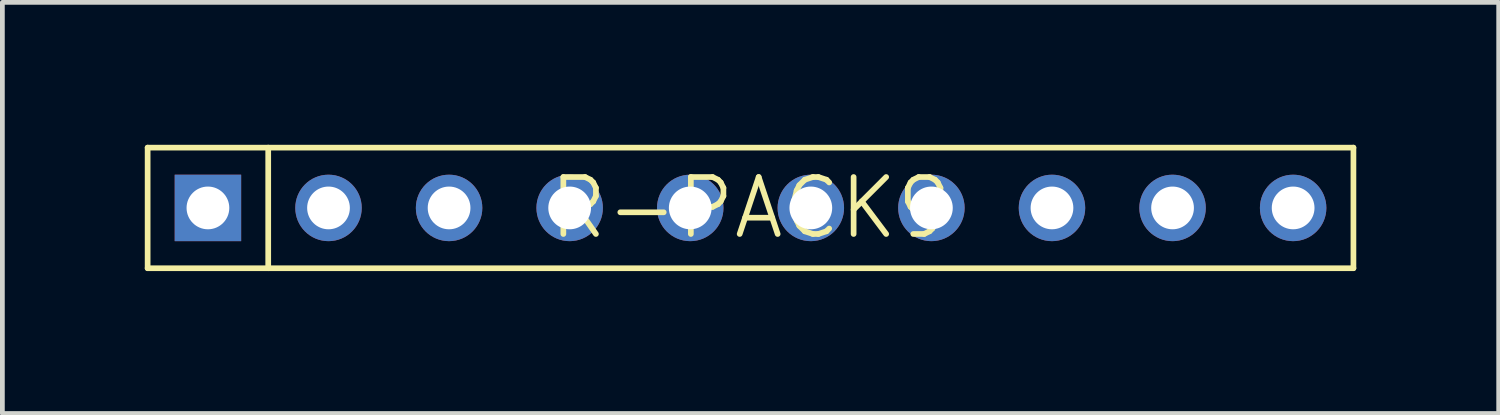
<source format=kicad_pcb>
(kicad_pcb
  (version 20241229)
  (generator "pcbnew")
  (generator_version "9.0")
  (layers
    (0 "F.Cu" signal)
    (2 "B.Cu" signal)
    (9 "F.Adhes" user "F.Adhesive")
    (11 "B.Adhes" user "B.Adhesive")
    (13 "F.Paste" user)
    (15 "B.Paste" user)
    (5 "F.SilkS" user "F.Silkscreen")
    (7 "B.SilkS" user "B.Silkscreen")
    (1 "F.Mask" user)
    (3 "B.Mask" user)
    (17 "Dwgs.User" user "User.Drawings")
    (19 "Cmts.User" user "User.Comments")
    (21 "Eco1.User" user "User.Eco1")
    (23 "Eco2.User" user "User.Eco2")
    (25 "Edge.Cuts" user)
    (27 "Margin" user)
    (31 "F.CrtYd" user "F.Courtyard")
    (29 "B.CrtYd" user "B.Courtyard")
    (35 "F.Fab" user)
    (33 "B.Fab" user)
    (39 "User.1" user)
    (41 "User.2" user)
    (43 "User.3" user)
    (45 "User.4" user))
  (footprint "R-PACK9"
    (layer "F.Cu")
    (at 12.76 1.33)
    (property "Reference" "R-PACK9" (at 0 0 0) (layer "F.SilkS") (effects (font (size 1.2 1.2) (thickness 0.12))))
    (attr through_hole)
    (fp_line (start -12.7 -1.27) (end 12.7 -1.27) (stroke (width 0.12) (type solid)) (layer "F.SilkS"))
    (fp_line (start -12.7 1.27) (end -12.7 -1.27) (stroke (width 0.12) (type solid)) (layer "F.SilkS"))
    (fp_line (start -10.16 1.27) (end -10.16 -1.27) (stroke (width 0.12) (type solid)) (layer "F.SilkS"))
    (fp_line (start 12.7 -1.27) (end 12.7 1.27) (stroke (width 0.12) (type solid)) (layer "F.SilkS"))
    (fp_line (start 12.7 1.27) (end -12.7 1.27) (stroke (width 0.12) (type solid)) (layer "F.SilkS"))
    (pad "1" thru_hole rect (at -11.43 0) (size 1.4 1.4) (drill 0.9) (layers "*.Cu" "*.Mask"))
    (pad "2" thru_hole circle (at -8.89 0) (size 1.4 1.4) (drill 0.9) (layers "*.Cu" "*.Mask"))
    (pad "3" thru_hole circle (at -6.35 0) (size 1.4 1.4) (drill 0.9) (layers "*.Cu" "*.Mask"))
    (pad "4" thru_hole circle (at -3.81 0) (size 1.4 1.4) (drill 0.9) (layers "*.Cu" "*.Mask"))
    (pad "5" thru_hole circle (at -1.27 0) (size 1.4 1.4) (drill 0.9) (layers "*.Cu" "*.Mask"))
    (pad "6" thru_hole circle (at 1.27 0) (size 1.4 1.4) (drill 0.9) (layers "*.Cu" "*.Mask"))
    (pad "7" thru_hole circle (at 3.81 0) (size 1.4 1.4) (drill 0.9) (layers "*.Cu" "*.Mask"))
    (pad "8" thru_hole circle (at 6.35 0) (size 1.4 1.4) (drill 0.9) (layers "*.Cu" "*.Mask"))
    (pad "9" thru_hole circle (at 8.89 0) (size 1.4 1.4) (drill 0.9) (layers "*.Cu" "*.Mask"))
    (pad "10" thru_hole circle (at 11.43 0) (size 1.4 1.4) (drill 0.9) (layers "*.Cu" "*.Mask")))
  (gr_rect
    (start -3 -3)
    (end 28.52 5.66)
    (stroke (width 0.1) (type default))
    (fill no)
    (layer "Edge.Cuts")))
</source>
